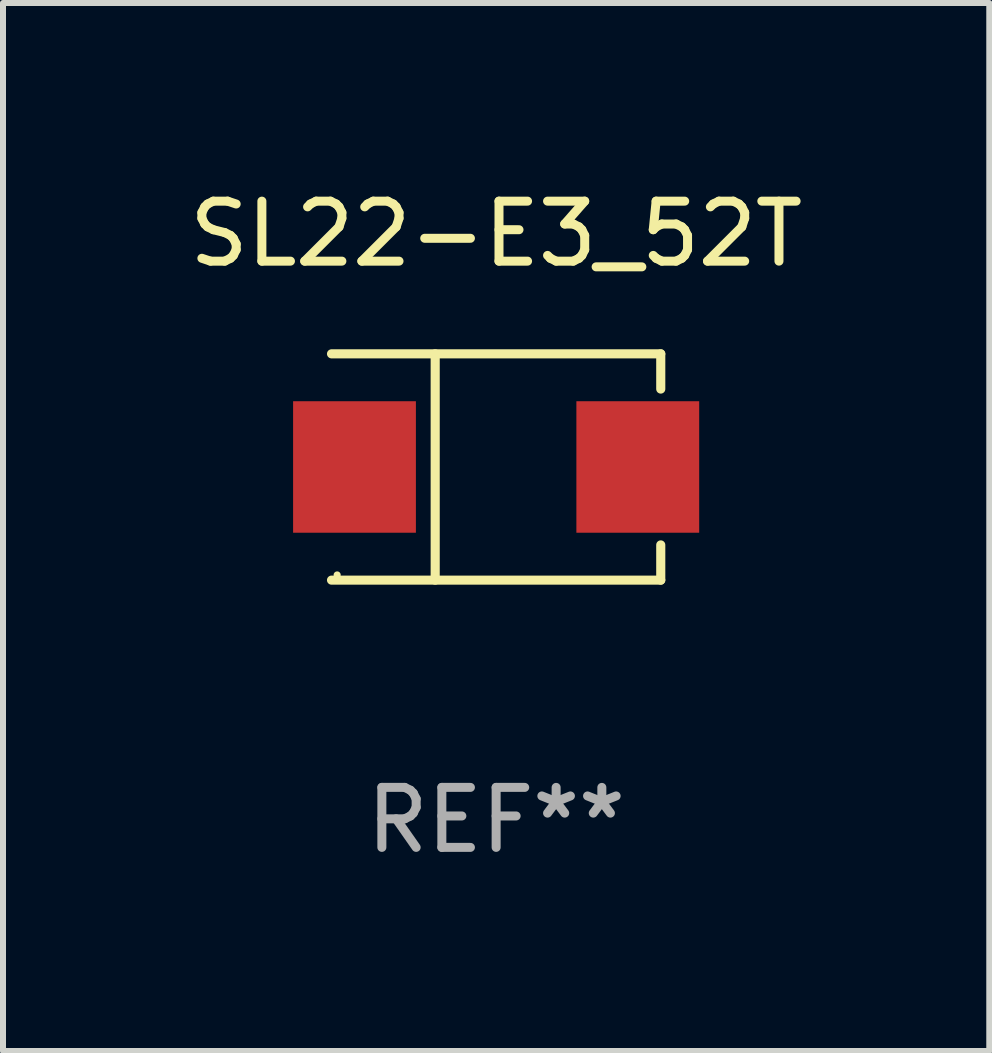
<source format=kicad_pcb>
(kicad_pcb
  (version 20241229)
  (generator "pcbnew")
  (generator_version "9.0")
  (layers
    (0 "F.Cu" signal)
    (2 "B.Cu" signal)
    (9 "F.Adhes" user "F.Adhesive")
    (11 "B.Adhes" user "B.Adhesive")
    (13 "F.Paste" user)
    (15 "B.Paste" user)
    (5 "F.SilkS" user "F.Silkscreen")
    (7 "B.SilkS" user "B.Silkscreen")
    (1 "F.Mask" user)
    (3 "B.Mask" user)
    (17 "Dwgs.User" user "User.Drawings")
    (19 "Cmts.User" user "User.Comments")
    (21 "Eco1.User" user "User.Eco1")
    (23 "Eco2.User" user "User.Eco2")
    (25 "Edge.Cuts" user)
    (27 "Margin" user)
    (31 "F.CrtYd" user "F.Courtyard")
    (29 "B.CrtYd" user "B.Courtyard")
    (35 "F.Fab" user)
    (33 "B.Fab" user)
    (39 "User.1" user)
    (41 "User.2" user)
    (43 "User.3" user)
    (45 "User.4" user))
  (footprint "SL22-E3_52T"
    (layer "F.Cu")
    (at 5.22 4.734)
    (property "Reference" "SL22-E3_52T" (at 0 -3.886 0) (layer "F.SilkS") (effects (font (size 1 1) (thickness 0.15))))
    (attr through_hole)
    (fp_line (start -2.744 -1.886) (end 2.744 -1.886) (stroke (width 0.152) (type solid)) (layer "F.SilkS"))
    (fp_line (start -2.744 1.886) (end 2.744 1.886) (stroke (width 0.152) (type solid)) (layer "F.SilkS"))
    (fp_line (start -1.016 -1.886) (end -1.016 1.886) (stroke (width 0.152) (type solid)) (layer "F.SilkS"))
    (fp_line (start 2.744 -1.886) (end 2.744 -1.299) (stroke (width 0.152) (type solid)) (layer "F.SilkS"))
    (fp_line (start 2.744 1.886) (end 2.744 1.299) (stroke (width 0.152) (type solid)) (layer "F.SilkS"))
    (fp_circle (center -2.65 1.8) (end -2.62 1.8) (stroke (width 0.06) (type solid)) (fill no) (layer "F.SilkS"))
    (fp_text user "REF**" (at 0 5.886 0) (layer "F.Fab") (effects (font (size 1 1) (thickness 0.15))))
    (pad "1" smd rect (at -2.361 0) (size 2.047 2.192) (layers "F.Cu" "F.Mask" "F.Paste"))
    (pad "2" smd rect (at 2.361 0) (size 2.047 2.192) (layers "F.Cu" "F.Mask" "F.Paste")))
  (gr_rect
    (start -3 -3)
    (end 13.44 14.469)
    (stroke (width 0.1) (type default))
    (fill no)
    (layer "Edge.Cuts")))
</source>
